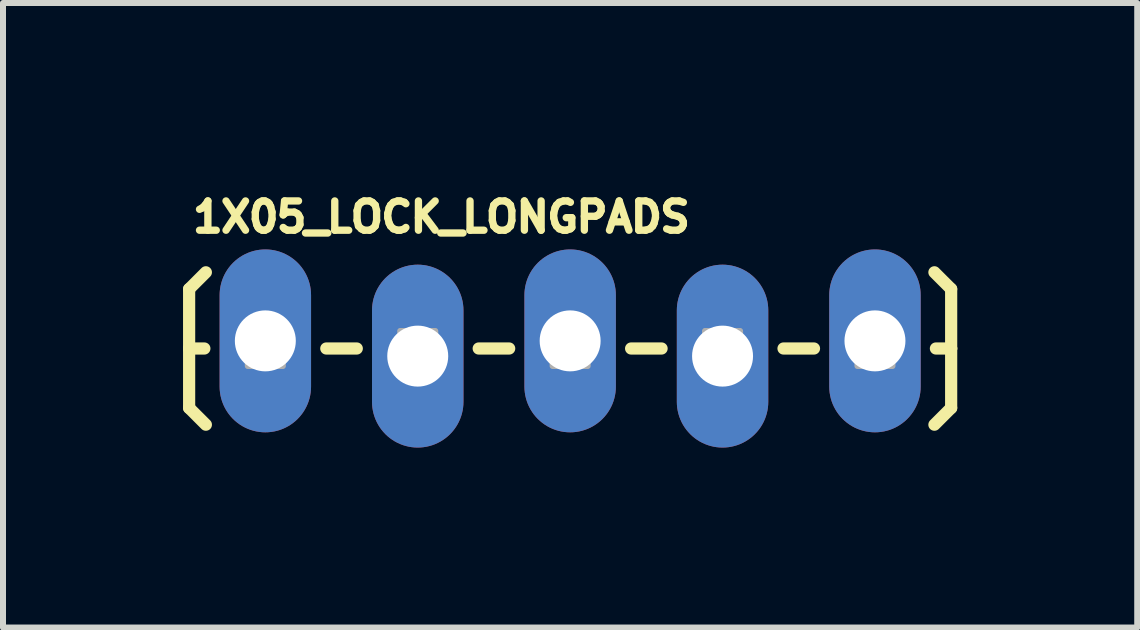
<source format=kicad_pcb>
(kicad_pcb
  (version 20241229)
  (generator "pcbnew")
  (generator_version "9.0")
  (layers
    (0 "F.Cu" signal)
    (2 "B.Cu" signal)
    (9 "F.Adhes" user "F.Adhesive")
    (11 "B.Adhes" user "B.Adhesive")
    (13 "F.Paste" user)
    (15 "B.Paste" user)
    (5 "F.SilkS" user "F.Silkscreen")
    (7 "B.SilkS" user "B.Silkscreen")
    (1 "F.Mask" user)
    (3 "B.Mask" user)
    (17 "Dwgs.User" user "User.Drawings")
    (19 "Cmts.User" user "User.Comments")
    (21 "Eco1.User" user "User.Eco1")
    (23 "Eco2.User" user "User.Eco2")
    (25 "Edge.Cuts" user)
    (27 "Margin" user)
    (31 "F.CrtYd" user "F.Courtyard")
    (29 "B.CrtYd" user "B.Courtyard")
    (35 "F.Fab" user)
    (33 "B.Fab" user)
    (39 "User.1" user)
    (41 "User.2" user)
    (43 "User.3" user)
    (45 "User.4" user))
  (footprint "1X05_LOCK_LONGPADS"
    (layer "F.Cu")
    (at 1.372 2.631)
    (property "Reference" "1X05_LOCK_LONGPADS" (at -1.27 -1.778 0) (unlocked yes) (layer "F.SilkS") (effects (font (size 0.488 0.488) (thickness 0.122)) (justify left bottom)))
    (fp_line (start -1.27 -0.864) (end -0.991 -1.143) (stroke (width 0.203) (type solid)) (layer "F.SilkS"))
    (fp_line (start -1.27 0.127) (end -1.27 -0.864) (stroke (width 0.203) (type solid)) (layer "F.SilkS"))
    (fp_line (start -1.27 0.127) (end -1.27 1.118) (stroke (width 0.203) (type solid)) (layer "F.SilkS"))
    (fp_line (start -1.27 0.127) (end -1.016 0.127) (stroke (width 0.203) (type solid)) (layer "F.SilkS"))
    (fp_line (start -1.27 1.118) (end -0.991 1.397) (stroke (width 0.203) (type solid)) (layer "F.SilkS"))
    (fp_line (start 1.524 0.127) (end 1.016 0.127) (stroke (width 0.203) (type solid)) (layer "F.SilkS"))
    (fp_line (start 4.064 0.127) (end 3.556 0.127) (stroke (width 0.203) (type solid)) (layer "F.SilkS"))
    (fp_line (start 6.604 0.127) (end 6.096 0.127) (stroke (width 0.203) (type solid)) (layer "F.SilkS"))
    (fp_line (start 9.144 0.127) (end 8.636 0.127) (stroke (width 0.203) (type solid)) (layer "F.SilkS"))
    (fp_line (start 11.43 -0.864) (end 11.151 -1.143) (stroke (width 0.203) (type solid)) (layer "F.SilkS"))
    (fp_line (start 11.43 0.127) (end 11.176 0.127) (stroke (width 0.203) (type solid)) (layer "F.SilkS"))
    (fp_line (start 11.43 0.127) (end 11.43 -0.864) (stroke (width 0.203) (type solid)) (layer "F.SilkS"))
    (fp_line (start 11.43 0.127) (end 11.43 1.118) (stroke (width 0.203) (type solid)) (layer "F.SilkS"))
    (fp_line (start 11.43 1.118) (end 11.151 1.397) (stroke (width 0.203) (type solid)) (layer "F.SilkS"))
    (fp_poly (pts (xy -0.292 0.419) (xy 0.292 0.419) (xy 0.292 -0.165) (xy -0.292 -0.165)) (stroke (width 0.1) (type default)) (fill no) (layer "F.Fab"))
    (fp_poly (pts (xy 2.248 0.419) (xy 2.832 0.419) (xy 2.832 -0.165) (xy 2.248 -0.165)) (stroke (width 0.1) (type default)) (fill no) (layer "F.Fab"))
    (fp_poly (pts (xy 4.788 0.419) (xy 5.372 0.419) (xy 5.372 -0.165) (xy 4.788 -0.165)) (stroke (width 0.1) (type default)) (fill no) (layer "F.Fab"))
    (fp_poly (pts (xy 7.912 0.419) (xy 7.912 -0.165) (xy 7.328 -0.165) (xy 7.328 0.419)) (stroke (width 0.1) (type default)) (fill no) (layer "F.Fab"))
    (fp_poly (pts (xy 9.868 0.419) (xy 10.452 0.419) (xy 10.452 -0.165) (xy 9.868 -0.165)) (stroke (width 0.1) (type default)) (fill no) (layer "F.Fab"))
    (pad "1" thru_hole oval (at 0 0 90) (size 3.048 1.524) (drill 1.016) (layers "*.Cu" "*.Mask"))
    (pad "2" thru_hole oval (at 2.54 0.254 90) (size 3.048 1.524) (drill 1.016) (layers "*.Cu" "*.Mask"))
    (pad "3" thru_hole oval (at 5.08 0 90) (size 3.048 1.524) (drill 1.016) (layers "*.Cu" "*.Mask"))
    (pad "4" thru_hole oval (at 7.62 0.254 90) (size 3.048 1.524) (drill 1.016) (layers "*.Cu" "*.Mask"))
    (pad "5" thru_hole oval (at 10.16 0 90) (size 3.048 1.524) (drill 1.016) (layers "*.Cu" "*.Mask")))
  (gr_rect
    (start -3 -3)
    (end 15.903 7.409)
    (stroke (width 0.1) (type default))
    (fill no)
    (layer "Edge.Cuts")))
</source>
